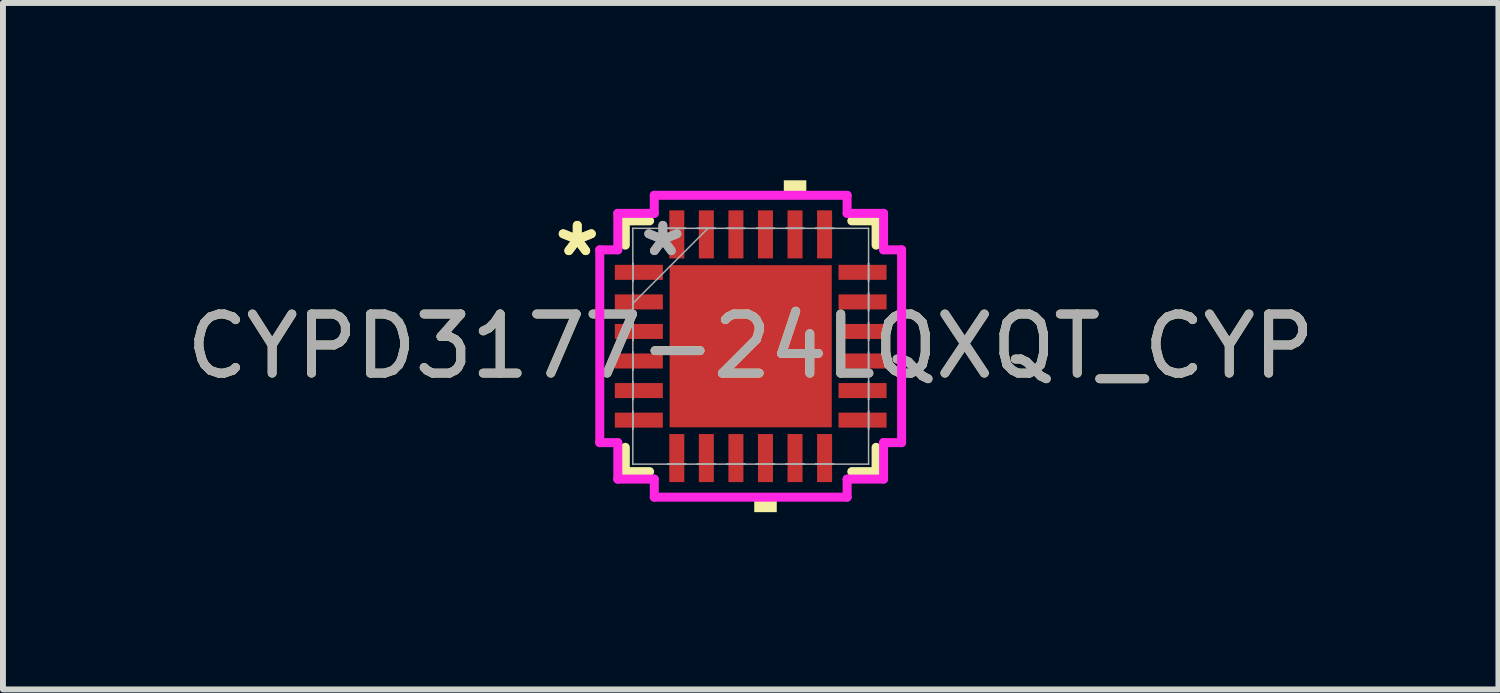
<source format=kicad_pcb>
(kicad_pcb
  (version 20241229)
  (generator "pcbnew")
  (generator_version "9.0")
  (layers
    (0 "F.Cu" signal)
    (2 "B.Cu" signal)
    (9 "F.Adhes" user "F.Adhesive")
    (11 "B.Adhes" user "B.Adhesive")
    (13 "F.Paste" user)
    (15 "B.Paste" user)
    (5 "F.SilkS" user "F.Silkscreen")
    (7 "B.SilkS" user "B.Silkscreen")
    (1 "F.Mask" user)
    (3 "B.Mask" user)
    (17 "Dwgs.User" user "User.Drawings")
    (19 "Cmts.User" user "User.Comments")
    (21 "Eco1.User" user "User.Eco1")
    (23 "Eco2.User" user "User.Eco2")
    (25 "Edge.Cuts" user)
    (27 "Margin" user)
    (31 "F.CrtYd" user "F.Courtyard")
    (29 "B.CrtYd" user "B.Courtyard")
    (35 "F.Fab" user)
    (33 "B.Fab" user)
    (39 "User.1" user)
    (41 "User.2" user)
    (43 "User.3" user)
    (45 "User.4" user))
  (footprint "CYPD3177-24LQXQT_CYP"
    (layer "F.Cu")
    (at 9.649 2.807)
    (property "Reference" "CYPD3177-24LQXQT_CYP" (at 0 0 0) (unlocked yes) (layer "F.SilkS") (effects (font (size 1 1) (thickness 0.15))))
    (attr smd)
    (fp_line (start -2.121 -2.121) (end -2.121 -1.71) (stroke (width 0.152) (type solid)) (layer "F.SilkS"))
    (fp_line (start -2.121 1.71) (end -2.121 2.121) (stroke (width 0.152) (type solid)) (layer "F.SilkS"))
    (fp_line (start -2.121 2.121) (end -1.71 2.121) (stroke (width 0.152) (type solid)) (layer "F.SilkS"))
    (fp_line (start -1.71 -2.121) (end -2.121 -2.121) (stroke (width 0.152) (type solid)) (layer "F.SilkS"))
    (fp_line (start 1.71 2.121) (end 2.121 2.121) (stroke (width 0.152) (type solid)) (layer "F.SilkS"))
    (fp_line (start 2.121 -2.121) (end 1.71 -2.121) (stroke (width 0.152) (type solid)) (layer "F.SilkS"))
    (fp_line (start 2.121 -1.71) (end 2.121 -2.121) (stroke (width 0.152) (type solid)) (layer "F.SilkS"))
    (fp_line (start 2.121 2.121) (end 2.121 1.71) (stroke (width 0.152) (type solid)) (layer "F.SilkS"))
    (fp_poly (pts (xy 0.06 2.553) (xy 0.06 2.807) (xy 0.441 2.807) (xy 0.441 2.553)) (stroke (width 0) (type solid)) (fill yes) (layer "F.SilkS"))
    (fp_poly (pts (xy 0.56 -2.553) (xy 0.56 -2.807) (xy 0.941 -2.807) (xy 0.941 -2.553)) (stroke (width 0) (type solid)) (fill yes) (layer "F.SilkS"))
    (fp_poly (pts (xy -1.272 -1.272) (xy -1.272 -0.1) (xy -0.1 -0.1) (xy -0.1 -1.272)) (stroke (width 0) (type solid)) (fill yes) (layer "F.Paste"))
    (fp_poly (pts (xy -1.272 0.1) (xy -1.272 1.272) (xy -0.1 1.272) (xy -0.1 0.1)) (stroke (width 0) (type solid)) (fill yes) (layer "F.Paste"))
    (fp_poly (pts (xy 0.1 -1.272) (xy 0.1 -0.1) (xy 1.272 -0.1) (xy 1.272 -1.272)) (stroke (width 0) (type solid)) (fill yes) (layer "F.Paste"))
    (fp_poly (pts (xy 0.1 0.1) (xy 0.1 1.272) (xy 1.272 1.272) (xy 1.272 0.1)) (stroke (width 0) (type solid)) (fill yes) (layer "F.Paste"))
    (fp_line (start -2.553 -1.631) (end -2.248 -1.631) (stroke (width 0.152) (type solid)) (layer "F.CrtYd"))
    (fp_line (start -2.553 1.631) (end -2.553 -1.631) (stroke (width 0.152) (type solid)) (layer "F.CrtYd"))
    (fp_line (start -2.248 -2.248) (end -1.631 -2.248) (stroke (width 0.152) (type solid)) (layer "F.CrtYd"))
    (fp_line (start -2.248 -1.631) (end -2.248 -2.248) (stroke (width 0.152) (type solid)) (layer "F.CrtYd"))
    (fp_line (start -2.248 1.631) (end -2.553 1.631) (stroke (width 0.152) (type solid)) (layer "F.CrtYd"))
    (fp_line (start -2.248 2.248) (end -2.248 1.631) (stroke (width 0.152) (type solid)) (layer "F.CrtYd"))
    (fp_line (start -1.631 -2.553) (end 1.631 -2.553) (stroke (width 0.152) (type solid)) (layer "F.CrtYd"))
    (fp_line (start -1.631 -2.248) (end -1.631 -2.553) (stroke (width 0.152) (type solid)) (layer "F.CrtYd"))
    (fp_line (start -1.631 2.248) (end -2.248 2.248) (stroke (width 0.152) (type solid)) (layer "F.CrtYd"))
    (fp_line (start -1.631 2.553) (end -1.631 2.248) (stroke (width 0.152) (type solid)) (layer "F.CrtYd"))
    (fp_line (start 1.631 -2.553) (end 1.631 -2.248) (stroke (width 0.152) (type solid)) (layer "F.CrtYd"))
    (fp_line (start 1.631 -2.248) (end 2.248 -2.248) (stroke (width 0.152) (type solid)) (layer "F.CrtYd"))
    (fp_line (start 1.631 2.248) (end 1.631 2.553) (stroke (width 0.152) (type solid)) (layer "F.CrtYd"))
    (fp_line (start 1.631 2.553) (end -1.631 2.553) (stroke (width 0.152) (type solid)) (layer "F.CrtYd"))
    (fp_line (start 2.248 -2.248) (end 2.248 -1.631) (stroke (width 0.152) (type solid)) (layer "F.CrtYd"))
    (fp_line (start 2.248 -1.631) (end 2.553 -1.631) (stroke (width 0.152) (type solid)) (layer "F.CrtYd"))
    (fp_line (start 2.248 1.631) (end 2.248 2.248) (stroke (width 0.152) (type solid)) (layer "F.CrtYd"))
    (fp_line (start 2.248 2.248) (end 1.631 2.248) (stroke (width 0.152) (type solid)) (layer "F.CrtYd"))
    (fp_line (start 2.553 -1.631) (end 2.553 1.631) (stroke (width 0.152) (type solid)) (layer "F.CrtYd"))
    (fp_line (start 2.553 1.631) (end 2.248 1.631) (stroke (width 0.152) (type solid)) (layer "F.CrtYd"))
    (fp_line (start -1.994 -1.994) (end -1.994 -1.994) (stroke (width 0.025) (type solid)) (layer "F.Fab"))
    (fp_line (start -1.994 -1.994) (end -1.994 1.994) (stroke (width 0.025) (type solid)) (layer "F.Fab"))
    (fp_line (start -1.994 -1.403) (end -1.994 -1.403) (stroke (width 0.025) (type solid)) (layer "F.Fab"))
    (fp_line (start -1.994 -1.403) (end -1.994 -1.098) (stroke (width 0.025) (type solid)) (layer "F.Fab"))
    (fp_line (start -1.994 -1.098) (end -1.994 -1.403) (stroke (width 0.025) (type solid)) (layer "F.Fab"))
    (fp_line (start -1.994 -1.098) (end -1.994 -1.098) (stroke (width 0.025) (type solid)) (layer "F.Fab"))
    (fp_line (start -1.994 -0.903) (end -1.994 -0.903) (stroke (width 0.025) (type solid)) (layer "F.Fab"))
    (fp_line (start -1.994 -0.903) (end -1.994 -0.598) (stroke (width 0.025) (type solid)) (layer "F.Fab"))
    (fp_line (start -1.994 -0.724) (end -0.724 -1.994) (stroke (width 0.025) (type solid)) (layer "F.Fab"))
    (fp_line (start -1.994 -0.598) (end -1.994 -0.903) (stroke (width 0.025) (type solid)) (layer "F.Fab"))
    (fp_line (start -1.994 -0.598) (end -1.994 -0.598) (stroke (width 0.025) (type solid)) (layer "F.Fab"))
    (fp_line (start -1.994 -0.402) (end -1.994 -0.402) (stroke (width 0.025) (type solid)) (layer "F.Fab"))
    (fp_line (start -1.994 -0.402) (end -1.994 -0.098) (stroke (width 0.025) (type solid)) (layer "F.Fab"))
    (fp_line (start -1.994 -0.098) (end -1.994 -0.402) (stroke (width 0.025) (type solid)) (layer "F.Fab"))
    (fp_line (start -1.994 -0.098) (end -1.994 -0.098) (stroke (width 0.025) (type solid)) (layer "F.Fab"))
    (fp_line (start -1.994 0.098) (end -1.994 0.098) (stroke (width 0.025) (type solid)) (layer "F.Fab"))
    (fp_line (start -1.994 0.098) (end -1.994 0.402) (stroke (width 0.025) (type solid)) (layer "F.Fab"))
    (fp_line (start -1.994 0.402) (end -1.994 0.098) (stroke (width 0.025) (type solid)) (layer "F.Fab"))
    (fp_line (start -1.994 0.402) (end -1.994 0.402) (stroke (width 0.025) (type solid)) (layer "F.Fab"))
    (fp_line (start -1.994 0.598) (end -1.994 0.598) (stroke (width 0.025) (type solid)) (layer "F.Fab"))
    (fp_line (start -1.994 0.598) (end -1.994 0.903) (stroke (width 0.025) (type solid)) (layer "F.Fab"))
    (fp_line (start -1.994 0.903) (end -1.994 0.598) (stroke (width 0.025) (type solid)) (layer "F.Fab"))
    (fp_line (start -1.994 0.903) (end -1.994 0.903) (stroke (width 0.025) (type solid)) (layer "F.Fab"))
    (fp_line (start -1.994 1.098) (end -1.994 1.098) (stroke (width 0.025) (type solid)) (layer "F.Fab"))
    (fp_line (start -1.994 1.098) (end -1.994 1.403) (stroke (width 0.025) (type solid)) (layer "F.Fab"))
    (fp_line (start -1.994 1.403) (end -1.994 1.098) (stroke (width 0.025) (type solid)) (layer "F.Fab"))
    (fp_line (start -1.994 1.403) (end -1.994 1.403) (stroke (width 0.025) (type solid)) (layer "F.Fab"))
    (fp_line (start -1.994 1.994) (end -1.994 1.994) (stroke (width 0.025) (type solid)) (layer "F.Fab"))
    (fp_line (start -1.994 1.994) (end 1.994 1.994) (stroke (width 0.025) (type solid)) (layer "F.Fab"))
    (fp_line (start -1.403 -1.994) (end -1.403 -1.994) (stroke (width 0.025) (type solid)) (layer "F.Fab"))
    (fp_line (start -1.403 -1.994) (end -1.098 -1.994) (stroke (width 0.025) (type solid)) (layer "F.Fab"))
    (fp_line (start -1.403 1.994) (end -1.403 1.994) (stroke (width 0.025) (type solid)) (layer "F.Fab"))
    (fp_line (start -1.403 1.994) (end -1.098 1.994) (stroke (width 0.025) (type solid)) (layer "F.Fab"))
    (fp_line (start -1.098 -1.994) (end -1.403 -1.994) (stroke (width 0.025) (type solid)) (layer "F.Fab"))
    (fp_line (start -1.098 -1.994) (end -1.098 -1.994) (stroke (width 0.025) (type solid)) (layer "F.Fab"))
    (fp_line (start -1.098 1.994) (end -1.403 1.994) (stroke (width 0.025) (type solid)) (layer "F.Fab"))
    (fp_line (start -1.098 1.994) (end -1.098 1.994) (stroke (width 0.025) (type solid)) (layer "F.Fab"))
    (fp_line (start -0.903 -1.994) (end -0.903 -1.994) (stroke (width 0.025) (type solid)) (layer "F.Fab"))
    (fp_line (start -0.903 -1.994) (end -0.598 -1.994) (stroke (width 0.025) (type solid)) (layer "F.Fab"))
    (fp_line (start -0.903 1.994) (end -0.903 1.994) (stroke (width 0.025) (type solid)) (layer "F.Fab"))
    (fp_line (start -0.903 1.994) (end -0.598 1.994) (stroke (width 0.025) (type solid)) (layer "F.Fab"))
    (fp_line (start -0.598 -1.994) (end -0.903 -1.994) (stroke (width 0.025) (type solid)) (layer "F.Fab"))
    (fp_line (start -0.598 -1.994) (end -0.598 -1.994) (stroke (width 0.025) (type solid)) (layer "F.Fab"))
    (fp_line (start -0.598 1.994) (end -0.903 1.994) (stroke (width 0.025) (type solid)) (layer "F.Fab"))
    (fp_line (start -0.598 1.994) (end -0.598 1.994) (stroke (width 0.025) (type solid)) (layer "F.Fab"))
    (fp_line (start -0.402 -1.994) (end -0.402 -1.994) (stroke (width 0.025) (type solid)) (layer "F.Fab"))
    (fp_line (start -0.402 -1.994) (end -0.098 -1.994) (stroke (width 0.025) (type solid)) (layer "F.Fab"))
    (fp_line (start -0.402 1.994) (end -0.402 1.994) (stroke (width 0.025) (type solid)) (layer "F.Fab"))
    (fp_line (start -0.402 1.994) (end -0.098 1.994) (stroke (width 0.025) (type solid)) (layer "F.Fab"))
    (fp_line (start -0.098 -1.994) (end -0.402 -1.994) (stroke (width 0.025) (type solid)) (layer "F.Fab"))
    (fp_line (start -0.098 -1.994) (end -0.098 -1.994) (stroke (width 0.025) (type solid)) (layer "F.Fab"))
    (fp_line (start -0.098 1.994) (end -0.402 1.994) (stroke (width 0.025) (type solid)) (layer "F.Fab"))
    (fp_line (start -0.098 1.994) (end -0.098 1.994) (stroke (width 0.025) (type solid)) (layer "F.Fab"))
    (fp_line (start 0.098 -1.994) (end 0.098 -1.994) (stroke (width 0.025) (type solid)) (layer "F.Fab"))
    (fp_line (start 0.098 -1.994) (end 0.402 -1.994) (stroke (width 0.025) (type solid)) (layer "F.Fab"))
    (fp_line (start 0.098 1.994) (end 0.098 1.994) (stroke (width 0.025) (type solid)) (layer "F.Fab"))
    (fp_line (start 0.098 1.994) (end 0.402 1.994) (stroke (width 0.025) (type solid)) (layer "F.Fab"))
    (fp_line (start 0.402 -1.994) (end 0.098 -1.994) (stroke (width 0.025) (type solid)) (layer "F.Fab"))
    (fp_line (start 0.402 -1.994) (end 0.402 -1.994) (stroke (width 0.025) (type solid)) (layer "F.Fab"))
    (fp_line (start 0.402 1.994) (end 0.098 1.994) (stroke (width 0.025) (type solid)) (layer "F.Fab"))
    (fp_line (start 0.402 1.994) (end 0.402 1.994) (stroke (width 0.025) (type solid)) (layer "F.Fab"))
    (fp_line (start 0.598 -1.994) (end 0.598 -1.994) (stroke (width 0.025) (type solid)) (layer "F.Fab"))
    (fp_line (start 0.598 -1.994) (end 0.903 -1.994) (stroke (width 0.025) (type solid)) (layer "F.Fab"))
    (fp_line (start 0.598 1.994) (end 0.598 1.994) (stroke (width 0.025) (type solid)) (layer "F.Fab"))
    (fp_line (start 0.598 1.994) (end 0.903 1.994) (stroke (width 0.025) (type solid)) (layer "F.Fab"))
    (fp_line (start 0.903 -1.994) (end 0.598 -1.994) (stroke (width 0.025) (type solid)) (layer "F.Fab"))
    (fp_line (start 0.903 -1.994) (end 0.903 -1.994) (stroke (width 0.025) (type solid)) (layer "F.Fab"))
    (fp_line (start 0.903 1.994) (end 0.598 1.994) (stroke (width 0.025) (type solid)) (layer "F.Fab"))
    (fp_line (start 0.903 1.994) (end 0.903 1.994) (stroke (width 0.025) (type solid)) (layer "F.Fab"))
    (fp_line (start 1.098 -1.994) (end 1.098 -1.994) (stroke (width 0.025) (type solid)) (layer "F.Fab"))
    (fp_line (start 1.098 -1.994) (end 1.403 -1.994) (stroke (width 0.025) (type solid)) (layer "F.Fab"))
    (fp_line (start 1.098 1.994) (end 1.098 1.994) (stroke (width 0.025) (type solid)) (layer "F.Fab"))
    (fp_line (start 1.098 1.994) (end 1.403 1.994) (stroke (width 0.025) (type solid)) (layer "F.Fab"))
    (fp_line (start 1.403 -1.994) (end 1.098 -1.994) (stroke (width 0.025) (type solid)) (layer "F.Fab"))
    (fp_line (start 1.403 -1.994) (end 1.403 -1.994) (stroke (width 0.025) (type solid)) (layer "F.Fab"))
    (fp_line (start 1.403 1.994) (end 1.098 1.994) (stroke (width 0.025) (type solid)) (layer "F.Fab"))
    (fp_line (start 1.403 1.994) (end 1.403 1.994) (stroke (width 0.025) (type solid)) (layer "F.Fab"))
    (fp_line (start 1.994 -1.994) (end -1.994 -1.994) (stroke (width 0.025) (type solid)) (layer "F.Fab"))
    (fp_line (start 1.994 -1.994) (end 1.994 -1.994) (stroke (width 0.025) (type solid)) (layer "F.Fab"))
    (fp_line (start 1.994 -1.403) (end 1.994 -1.403) (stroke (width 0.025) (type solid)) (layer "F.Fab"))
    (fp_line (start 1.994 -1.403) (end 1.994 -1.098) (stroke (width 0.025) (type solid)) (layer "F.Fab"))
    (fp_line (start 1.994 -1.098) (end 1.994 -1.403) (stroke (width 0.025) (type solid)) (layer "F.Fab"))
    (fp_line (start 1.994 -1.098) (end 1.994 -1.098) (stroke (width 0.025) (type solid)) (layer "F.Fab"))
    (fp_line (start 1.994 -0.903) (end 1.994 -0.903) (stroke (width 0.025) (type solid)) (layer "F.Fab"))
    (fp_line (start 1.994 -0.903) (end 1.994 -0.598) (stroke (width 0.025) (type solid)) (layer "F.Fab"))
    (fp_line (start 1.994 -0.598) (end 1.994 -0.903) (stroke (width 0.025) (type solid)) (layer "F.Fab"))
    (fp_line (start 1.994 -0.598) (end 1.994 -0.598) (stroke (width 0.025) (type solid)) (layer "F.Fab"))
    (fp_line (start 1.994 -0.402) (end 1.994 -0.402) (stroke (width 0.025) (type solid)) (layer "F.Fab"))
    (fp_line (start 1.994 -0.402) (end 1.994 -0.098) (stroke (width 0.025) (type solid)) (layer "F.Fab"))
    (fp_line (start 1.994 -0.098) (end 1.994 -0.402) (stroke (width 0.025) (type solid)) (layer "F.Fab"))
    (fp_line (start 1.994 -0.098) (end 1.994 -0.098) (stroke (width 0.025) (type solid)) (layer "F.Fab"))
    (fp_line (start 1.994 0.098) (end 1.994 0.098) (stroke (width 0.025) (type solid)) (layer "F.Fab"))
    (fp_line (start 1.994 0.098) (end 1.994 0.402) (stroke (width 0.025) (type solid)) (layer "F.Fab"))
    (fp_line (start 1.994 0.402) (end 1.994 0.098) (stroke (width 0.025) (type solid)) (layer "F.Fab"))
    (fp_line (start 1.994 0.402) (end 1.994 0.402) (stroke (width 0.025) (type solid)) (layer "F.Fab"))
    (fp_line (start 1.994 0.598) (end 1.994 0.598) (stroke (width 0.025) (type solid)) (layer "F.Fab"))
    (fp_line (start 1.994 0.598) (end 1.994 0.903) (stroke (width 0.025) (type solid)) (layer "F.Fab"))
    (fp_line (start 1.994 0.903) (end 1.994 0.598) (stroke (width 0.025) (type solid)) (layer "F.Fab"))
    (fp_line (start 1.994 0.903) (end 1.994 0.903) (stroke (width 0.025) (type solid)) (layer "F.Fab"))
    (fp_line (start 1.994 1.098) (end 1.994 1.098) (stroke (width 0.025) (type solid)) (layer "F.Fab"))
    (fp_line (start 1.994 1.098) (end 1.994 1.403) (stroke (width 0.025) (type solid)) (layer "F.Fab"))
    (fp_line (start 1.994 1.403) (end 1.994 1.098) (stroke (width 0.025) (type solid)) (layer "F.Fab"))
    (fp_line (start 1.994 1.403) (end 1.994 1.403) (stroke (width 0.025) (type solid)) (layer "F.Fab"))
    (fp_line (start 1.994 1.994) (end 1.994 -1.994) (stroke (width 0.025) (type solid)) (layer "F.Fab"))
    (fp_line (start 1.994 1.994) (end 1.994 1.994) (stroke (width 0.025) (type solid)) (layer "F.Fab"))
    (fp_text user "*" (at -2.934 -1.5 0) (layer "F.SilkS") (effects (font (size 1 1) (thickness 0.15))))
    (fp_text user "*" (at -2.934 -1.5 0) (unlocked yes) (layer "F.SilkS") (effects (font (size 1 1) (thickness 0.15))))
    (fp_text user "*" (at -1.486 -1.5 0) (layer "F.Fab") (effects (font (size 1 1) (thickness 0.15))))
    (fp_text user "${REFERENCE}" (at 0 0 0) (unlocked yes) (layer "F.Fab") (effects (font (size 1 1) (thickness 0.15))))
    (fp_text user "*" (at -1.486 -1.5 0) (unlocked yes) (layer "F.Fab") (effects (font (size 1 1) (thickness 0.15))))
    (pad "1" smd rect (at -1.892 -1.25 90) (size 0.254 0.813) (layers "F.Cu" "F.Mask" "F.Paste"))
    (pad "2" smd rect (at -1.892 -0.75 90) (size 0.254 0.813) (layers "F.Cu" "F.Mask" "F.Paste"))
    (pad "3" smd rect (at -1.892 -0.25 90) (size 0.254 0.813) (layers "F.Cu" "F.Mask" "F.Paste"))
    (pad "4" smd rect (at -1.892 0.25 90) (size 0.254 0.813) (layers "F.Cu" "F.Mask" "F.Paste"))
    (pad "5" smd rect (at -1.892 0.75 90) (size 0.254 0.813) (layers "F.Cu" "F.Mask" "F.Paste"))
    (pad "6" smd rect (at -1.892 1.25 90) (size 0.254 0.813) (layers "F.Cu" "F.Mask" "F.Paste"))
    (pad "7" smd rect (at -1.25 1.892) (size 0.254 0.813) (layers "F.Cu" "F.Mask" "F.Paste"))
    (pad "8" smd rect (at -0.75 1.892) (size 0.254 0.813) (layers "F.Cu" "F.Mask" "F.Paste"))
    (pad "9" smd rect (at -0.25 1.892) (size 0.254 0.813) (layers "F.Cu" "F.Mask" "F.Paste"))
    (pad "10" smd rect (at 0.25 1.892) (size 0.254 0.813) (layers "F.Cu" "F.Mask" "F.Paste"))
    (pad "11" smd rect (at 0.75 1.892) (size 0.254 0.813) (layers "F.Cu" "F.Mask" "F.Paste"))
    (pad "12" smd rect (at 1.25 1.892) (size 0.254 0.813) (layers "F.Cu" "F.Mask" "F.Paste"))
    (pad "13" smd rect (at 1.892 1.25 90) (size 0.254 0.813) (layers "F.Cu" "F.Mask" "F.Paste"))
    (pad "14" smd rect (at 1.892 0.75 90) (size 0.254 0.813) (layers "F.Cu" "F.Mask" "F.Paste"))
    (pad "15" smd rect (at 1.892 0.25 90) (size 0.254 0.813) (layers "F.Cu" "F.Mask" "F.Paste"))
    (pad "16" smd rect (at 1.892 -0.25 90) (size 0.254 0.813) (layers "F.Cu" "F.Mask" "F.Paste"))
    (pad "17" smd rect (at 1.892 -0.75 90) (size 0.254 0.813) (layers "F.Cu" "F.Mask" "F.Paste"))
    (pad "18" smd rect (at 1.892 -1.25 90) (size 0.254 0.813) (layers "F.Cu" "F.Mask" "F.Paste"))
    (pad "19" smd rect (at 1.25 -1.892) (size 0.254 0.813) (layers "F.Cu" "F.Mask" "F.Paste"))
    (pad "20" smd rect (at 0.75 -1.892) (size 0.254 0.813) (layers "F.Cu" "F.Mask" "F.Paste"))
    (pad "21" smd rect (at 0.25 -1.892) (size 0.254 0.813) (layers "F.Cu" "F.Mask" "F.Paste"))
    (pad "22" smd rect (at -0.25 -1.892) (size 0.254 0.813) (layers "F.Cu" "F.Mask" "F.Paste"))
    (pad "23" smd rect (at -0.75 -1.892) (size 0.254 0.813) (layers "F.Cu" "F.Mask" "F.Paste"))
    (pad "24" smd rect (at -1.25 -1.892) (size 0.254 0.813) (layers "F.Cu" "F.Mask" "F.Paste"))
    (pad "25" smd rect (at 0 0) (size 2.743 2.743) (layers "F.Cu" "F.Mask")))
  (gr_rect
    (start -3 -3)
    (end 22.298 8.613)
    (stroke (width 0.1) (type default))
    (fill no)
    (layer "Edge.Cuts")))
</source>
